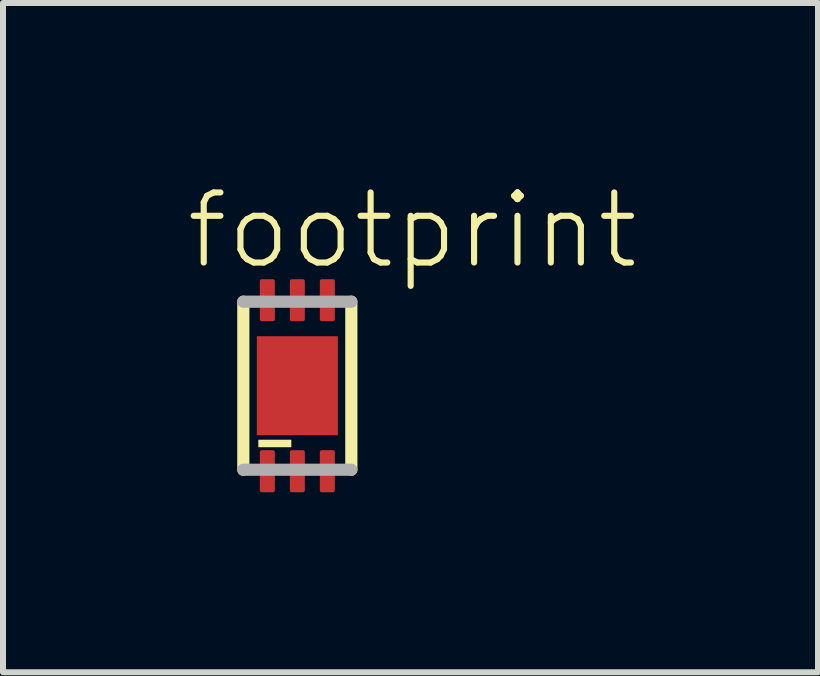
<source format=kicad_pcb>
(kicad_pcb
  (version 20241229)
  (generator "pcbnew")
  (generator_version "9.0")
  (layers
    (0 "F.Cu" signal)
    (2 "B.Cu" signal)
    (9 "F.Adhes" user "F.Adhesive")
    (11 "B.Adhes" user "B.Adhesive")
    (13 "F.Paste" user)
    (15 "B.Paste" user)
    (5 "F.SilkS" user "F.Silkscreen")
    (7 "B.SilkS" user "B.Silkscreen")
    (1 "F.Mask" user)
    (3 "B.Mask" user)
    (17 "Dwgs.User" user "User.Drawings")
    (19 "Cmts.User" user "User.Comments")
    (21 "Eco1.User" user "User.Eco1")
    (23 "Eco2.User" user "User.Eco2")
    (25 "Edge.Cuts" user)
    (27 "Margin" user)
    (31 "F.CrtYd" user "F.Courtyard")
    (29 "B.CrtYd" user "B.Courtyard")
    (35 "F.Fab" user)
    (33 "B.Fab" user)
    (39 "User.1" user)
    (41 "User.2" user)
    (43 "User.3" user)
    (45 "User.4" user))
  (footprint "footprint"
    (layer "F.Cu")
    (at 1.905 3.378)
    (property "Reference" "footprint" (at -1.905 -1.905 0) (layer "F.SilkS") (effects (font (size 1.168 1.168) (thickness 0.102)) (justify left bottom)))
    (fp_line (start -0.9 1.4) (end -0.9 -1.4) (stroke (width 0.203) (type solid)) (layer "F.SilkS"))
    (fp_line (start 0.9 -1.4) (end 0.9 1.4) (stroke (width 0.203) (type solid)) (layer "F.SilkS"))
    (fp_poly (pts (xy -0.65 1.025) (xy -0.1 1.025) (xy -0.1 0.9) (xy -0.65 0.9)) (stroke (width 0) (type solid)) (fill yes) (layer "F.SilkS"))
    (fp_line (start -0.9 -1.4) (end 0.9 -1.4) (stroke (width 0.203) (type solid)) (layer "F.Fab"))
    (fp_line (start 0.9 1.4) (end -0.9 1.4) (stroke (width 0.203) (type solid)) (layer "F.Fab"))
    (pad "1" smd roundrect (at -0.5 1.425) (size 0.25 0.7) (layers "F.Cu" "F.Mask" "F.Paste") (roundrect_rratio 0.125))
    (pad "2" smd roundrect (at 0 1.425) (size 0.25 0.7) (layers "F.Cu" "F.Mask" "F.Paste") (roundrect_rratio 0.125))
    (pad "3" smd roundrect (at 0.5 1.425) (size 0.25 0.7) (layers "F.Cu" "F.Mask" "F.Paste") (roundrect_rratio 0.125))
    (pad "4" smd roundrect (at 0.5 -1.425 180) (size 0.25 0.7) (layers "F.Cu" "F.Mask" "F.Paste") (roundrect_rratio 0.125))
    (pad "5" smd roundrect (at 0 -1.425 180) (size 0.25 0.7) (layers "F.Cu" "F.Mask" "F.Paste") (roundrect_rratio 0.125))
    (pad "6" smd roundrect (at -0.5 -1.425 180) (size 0.25 0.7) (layers "F.Cu" "F.Mask" "F.Paste") (roundrect_rratio 0.125))
    (pad "EXP" smd rect (at 0 0) (size 1.35 1.65) (layers "F.Cu" "F.Mask" "F.Paste")))
  (gr_rect
    (start -3 -3)
    (end 10.582 8.153)
    (stroke (width 0.1) (type default))
    (fill no)
    (layer "Edge.Cuts")))
</source>
